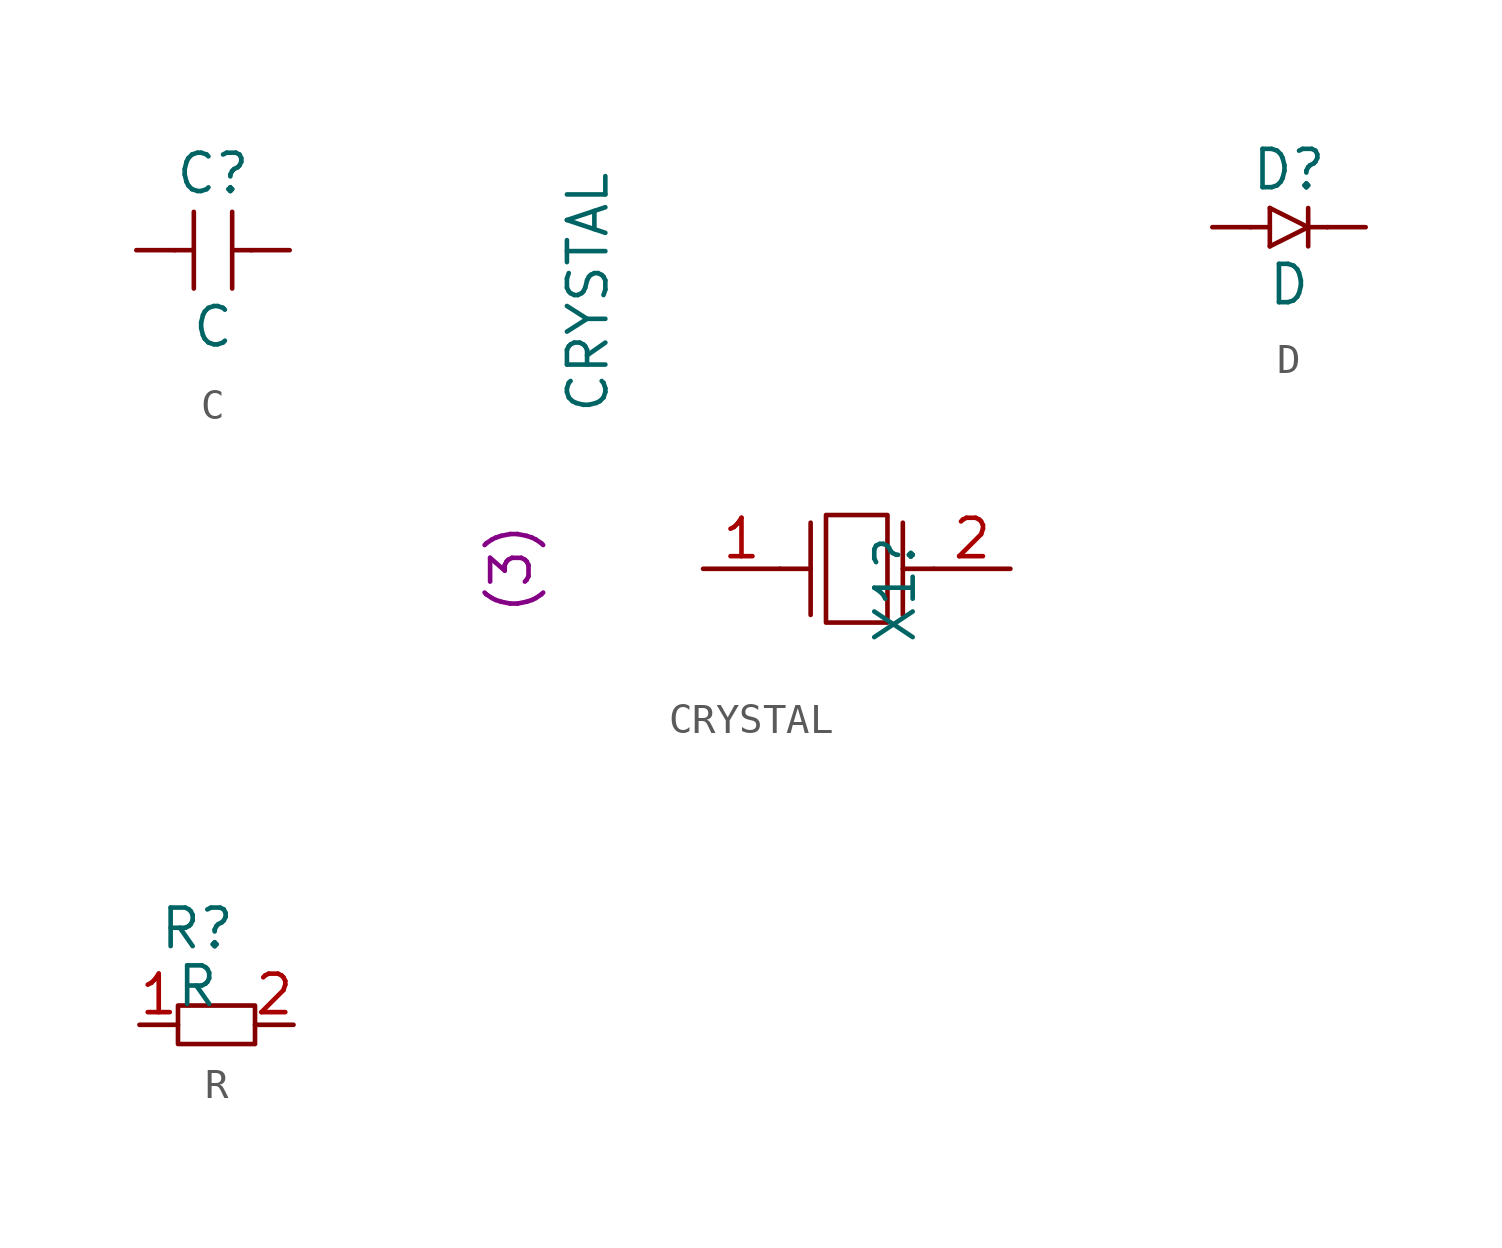
<source format=kicad_sym>
(kicad_symbol_lib
  (version 20211014)
  (generator kicad_symbol_editor)
  (symbol "C"
    (pin_numbers hide)
    (pin_names hide)
    (property "Reference" "C"
      (at 0 2.54 0)
      (effects (font (size 1.27 1.27))))
    (property "Value" "C"
      (at 0 -2.54 0)
      (effects (font (size 1.27 1.27))))
    (symbol "C_0_1"
      (polyline (pts (xy -0.635 0) (xy -1.27 0)) (stroke (width 0) (type default) (color 0 0 0 0)) (fill (type none)))
      (polyline (pts (xy -0.635 1.27) (xy -0.635 -1.27)) (stroke (width 0) (type default) (color 0 0 0 0)) (fill (type none)))
      (polyline (pts (xy 0.635 1.27) (xy 0.635 -1.27)) (stroke (width 0) (type default) (color 0 0 0 0)) (fill (type none)))
      (polyline (pts (xy 1.27 0) (xy 0.635 0)) (stroke (width 0) (type default) (color 0 0 0 0)) (fill (type none))))
    (symbol "C_1_1"
      (pin free line (at -2.54 0 0) (length 1.27) (name "1" (effects (font (size 1.27 1.27)))) (number "1" (effects (font (size 1.27 1.27)))))
      (pin free line (at 2.54 0 180) (length 1.27) (name "2" (effects (font (size 1.27 1.27)))) (number "2" (effects (font (size 1.27 1.27)))))))
  (symbol "CRYSTAL"
    (pin_names hide)
    (property "Reference" "X1"
      (at 1.27 -2.54 90)
      (effects (font (size 1.27 1.27)) (justify left)))
    (property "Value" "CRYSTAL"
      (at -8.89 5.08 90)
      (effects (font (size 1.27 1.27)) (justify left)))
    (property "Remark" "(3)"
      (at -11.43 0 90)
      (effects (font (size 1.27 1.27))))
    (symbol "CRYSTAL_0_1"
      (rectangle (start -1.016 1.778) (end 1.016 -1.778) (stroke (width 0) (type default) (color 0 0 0 0)) (fill (type none)))
      (polyline (pts (xy -2.54 0) (xy -1.524 0)) (stroke (width 0) (type default) (color 0 0 0 0)) (fill (type none)))
      (polyline (pts (xy -1.524 1.524) (xy -1.524 -1.524)) (stroke (width 0) (type default) (color 0 0 0 0)) (fill (type none)))
      (polyline (pts (xy 1.524 1.524) (xy 1.524 -1.524)) (stroke (width 0) (type default) (color 0 0 0 0)) (fill (type none)))
      (polyline (pts (xy 2.54 0) (xy 1.524 0)) (stroke (width 0) (type default) (color 0 0 0 0)) (fill (type none))))
    (symbol "CRYSTAL_1_1"
      (pin passive line (at -5.08 0 0) (length 2.54) (name "1" (effects (font (size 1.27 1.27)))) (number "1" (effects (font (size 1.27 1.27)))))
      (pin passive line (at 5.08 0 180) (length 2.54) (name "2" (effects (font (size 1.27 1.27)))) (number "2" (effects (font (size 1.27 1.27)))))))
  (symbol "D"
    (pin_numbers hide)
    (pin_names hide)
    (property "Reference" "D"
      (at 0 1.905 0)
      (effects (font (size 1.27 1.27))))
    (property "Value" "D"
      (at 0 -1.905 0)
      (effects (font (size 1.27 1.27))))
    (symbol "D_0_1"
      (polyline (pts (xy -0.635 0) (xy -1.27 0)) (stroke (width 0) (type default) (color 0 0 0 0)) (fill (type none)))
      (polyline (pts (xy -0.635 0.635) (xy -0.635 -0.635)) (stroke (width 0) (type default) (color 0 0 0 0)) (fill (type none)))
      (polyline (pts (xy 0.635 0.635) (xy 0.635 -0.635)) (stroke (width 0) (type default) (color 0 0 0 0)) (fill (type none)))
      (polyline (pts (xy 1.27 0) (xy 0.635 0)) (stroke (width 0) (type default) (color 0 0 0 0)) (fill (type none)))
      (polyline (pts (xy -0.635 0.635) (xy 0.635 0) (xy -0.635 -0.635)) (stroke (width 0) (type default) (color 0 0 0 0)) (fill (type none))))
    (symbol "D_1_1"
      (pin free line (at -2.54 0 0) (length 1.27) (name "1" (effects (font (size 1.27 1.27)))) (number "1" (effects (font (size 1.27 1.27)))))
      (pin free line (at 2.54 0 180) (length 1.27) (name "2" (effects (font (size 1.27 1.27)))) (number "2" (effects (font (size 1.27 1.27)))))))
  (symbol "R"
    (pin_names hide)
    (property "Reference" "R"
      (at -0.635 3.175 0)
      (effects (font (size 1.27 1.27))))
    (property "Value" "R"
      (at -0.635 1.27 0)
      (effects (font (size 1.27 1.27))))
    (symbol "R_0_1"
      (rectangle (start -1.27 0.635) (end 1.27 -0.635) (stroke (width 0) (type default) (color 0 0 0 0)) (fill (type none))))
    (symbol "R_1_1"
      (pin free line (at -2.54 0 0) (length 1.27) (name "1" (effects (font (size 1.27 1.27)))) (number "1" (effects (font (size 1.27 1.27)))))
      (pin free line (at 2.54 0 180) (length 1.27) (name "2" (effects (font (size 1.27 1.27)))) (number "2" (effects (font (size 1.27 1.27))))))))
</source>
